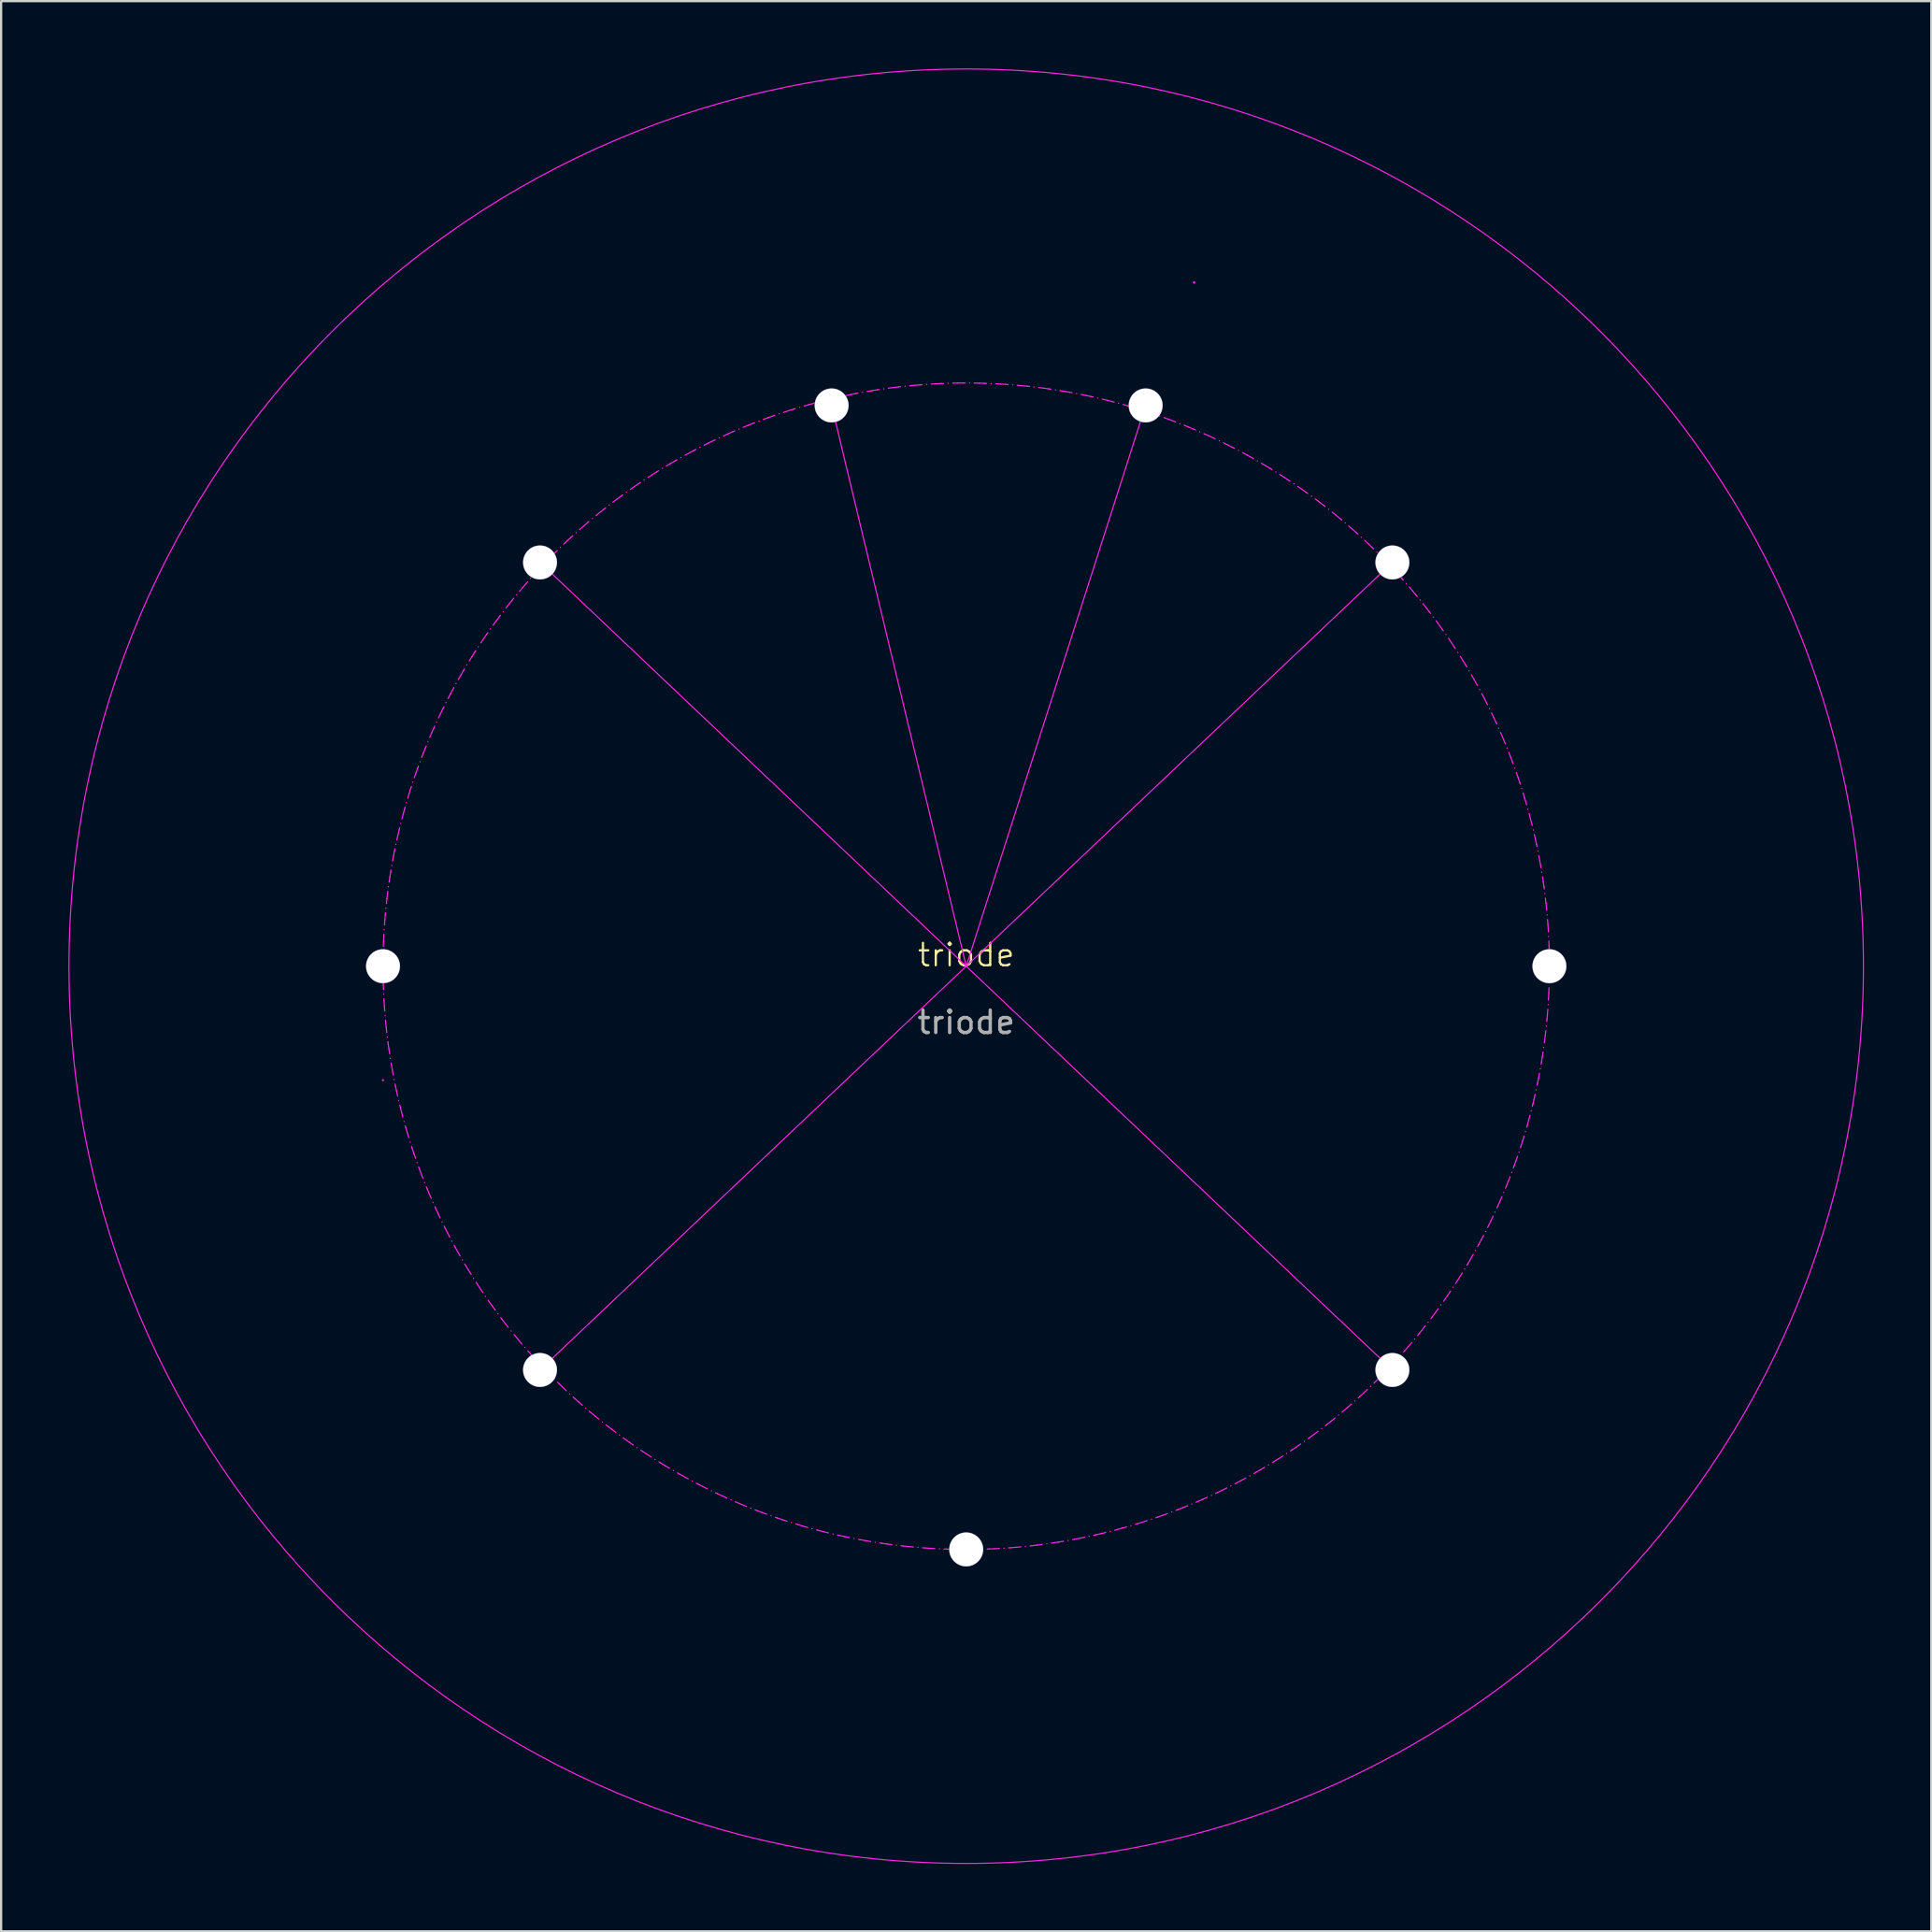
<source format=kicad_pcb>
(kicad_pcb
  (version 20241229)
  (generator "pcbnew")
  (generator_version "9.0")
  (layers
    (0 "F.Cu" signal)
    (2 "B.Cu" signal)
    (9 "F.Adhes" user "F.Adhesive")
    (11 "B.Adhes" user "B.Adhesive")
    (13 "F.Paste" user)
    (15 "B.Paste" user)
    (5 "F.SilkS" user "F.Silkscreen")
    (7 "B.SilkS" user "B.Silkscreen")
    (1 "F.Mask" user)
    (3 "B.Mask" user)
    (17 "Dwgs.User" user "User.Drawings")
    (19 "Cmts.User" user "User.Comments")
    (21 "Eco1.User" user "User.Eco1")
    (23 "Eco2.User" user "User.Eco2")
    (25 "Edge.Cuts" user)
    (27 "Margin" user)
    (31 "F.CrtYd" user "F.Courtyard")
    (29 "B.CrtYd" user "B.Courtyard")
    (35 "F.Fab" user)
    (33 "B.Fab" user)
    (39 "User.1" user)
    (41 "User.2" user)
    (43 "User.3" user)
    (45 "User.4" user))
  (footprint "triode"
    (layer "F.Cu")
    (at 40.185 40.545)
    (property "Reference" "triode" (at -0.16 -1.02 0) (unlocked yes) (layer "F.SilkS") (effects (font (size 1 1) (thickness 0.1))))
    (attr through_hole)
    (fp_line (start -0.16 -0.52) (end -19.16 -18.52) (stroke (width 0.05) (type solid)) (layer "F.CrtYd"))
    (fp_line (start -0.16 -0.52) (end -19.16 17.48) (stroke (width 0.05) (type solid)) (layer "F.CrtYd"))
    (fp_line (start -0.16 -0.52) (end -6.16 -25.52) (stroke (width 0.05) (type solid)) (layer "F.CrtYd"))
    (fp_line (start -0.16 -0.52) (end 7.84 -25.52) (stroke (width 0.05) (type solid)) (layer "F.CrtYd"))
    (fp_line (start -0.16 -0.52) (end 18.84 -18.52) (stroke (width 0.05) (type solid)) (layer "F.CrtYd"))
    (fp_line (start -0.16 -0.52) (end 18.84 17.48) (stroke (width 0.05) (type solid)) (layer "F.CrtYd"))
    (fp_circle (center -26.16 4.56) (end -26.16 4.56) (stroke (width 0.05) (type default)) (fill no) (layer "F.CrtYd"))
    (fp_circle (center -0.16 -0.52) (end 25.84 -0.52) (stroke (width 0.05) (type dash_dot)) (fill no) (layer "F.CrtYd"))
    (fp_circle (center -0.16 -0.52) (end 39.84 -0.52) (stroke (width 0.05) (type default)) (fill no) (layer "F.CrtYd"))
    (fp_circle (center 10 -31) (end 10 -31) (stroke (width 0.05) (type default)) (fill no) (layer "F.CrtYd"))
    (fp_circle (center 10 -31) (end 10 -31) (stroke (width 0.05) (type default)) (fill no) (layer "F.CrtYd"))
    (fp_text user "${REFERENCE}" (at -0.16 1.98 0) (unlocked yes) (layer "F.Fab") (effects (font (size 1 1) (thickness 0.15))))
    (pad "1" thru_hole circle (at -19.16 17.48) (size 1.524 1.524) (drill 1.5) (layers "*.Cu" "*.Mask"))
    (pad "2" thru_hole circle (at -26.16 -0.52) (size 1.524 1.524) (drill 1.5) (layers "*.Cu" "*.Mask"))
    (pad "3" thru_hole circle (at -19.16 -18.52) (size 1.524 1.524) (drill 1.5) (layers "*.Cu" "*.Mask"))
    (pad "4" thru_hole circle (at -6.16 -25.52) (size 1.524 1.524) (drill 1.5) (layers "*.Cu" "*.Mask"))
    (pad "4" thru_hole circle (at -0.16 25.48) (size 1.524 1.524) (drill 1.5) (layers "*.Cu" "*.Mask"))
    (pad "5" thru_hole circle (at 7.84 -25.52) (size 1.524 1.524) (drill 1.5) (layers "*.Cu" "*.Mask"))
    (pad "6" thru_hole circle (at 18.84 -18.52) (size 1.524 1.524) (drill 1.5) (layers "*.Cu" "*.Mask"))
    (pad "7" thru_hole circle (at 25.84 -0.52) (size 1.524 1.524) (drill 1.5) (layers "*.Cu" "*.Mask"))
    (pad "8" thru_hole circle (at 18.84 17.48) (size 1.524 1.524) (drill 1.5) (layers "*.Cu" "*.Mask")))
  (gr_rect
    (start -3 -3)
    (end 83.05 83.05)
    (stroke (width 0.1) (type default))
    (fill no)
    (layer "Edge.Cuts")))
</source>
